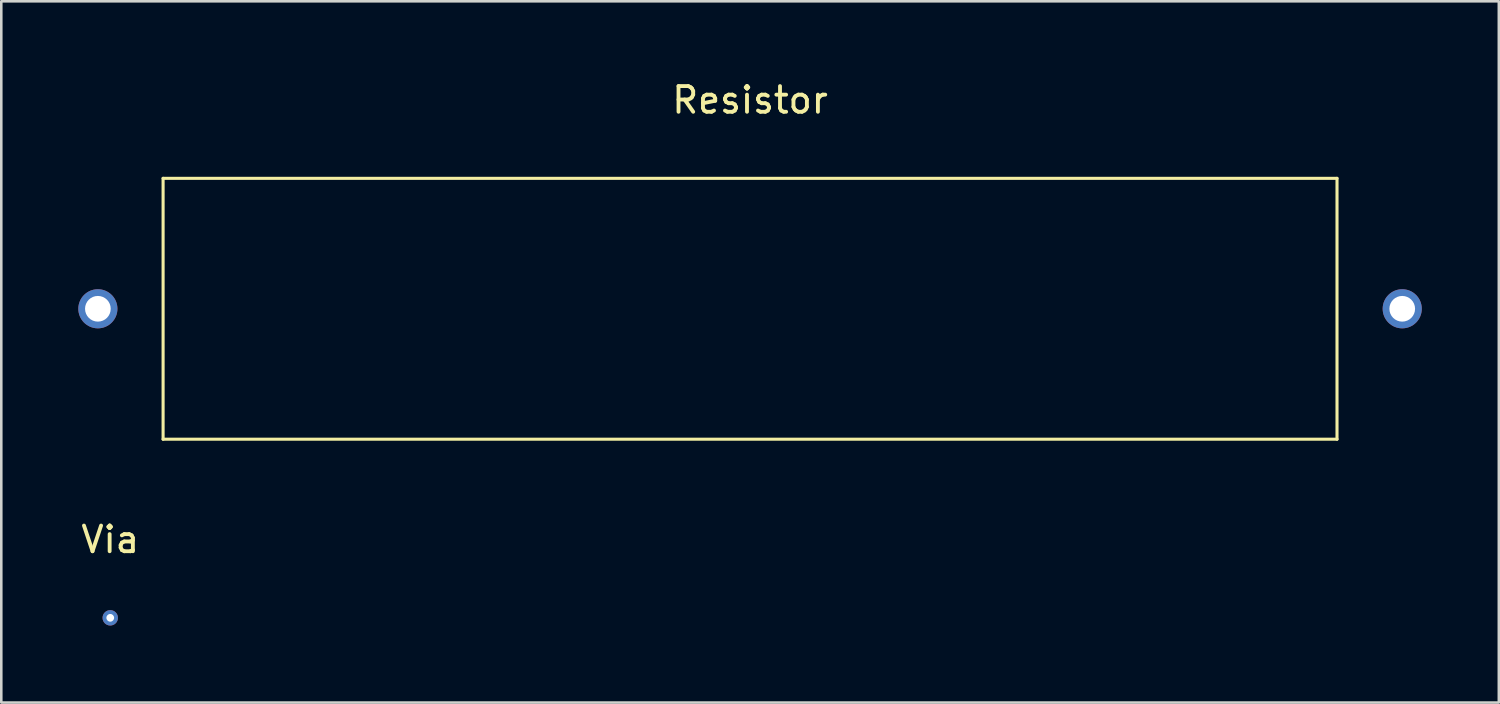
<source format=kicad_pcb>
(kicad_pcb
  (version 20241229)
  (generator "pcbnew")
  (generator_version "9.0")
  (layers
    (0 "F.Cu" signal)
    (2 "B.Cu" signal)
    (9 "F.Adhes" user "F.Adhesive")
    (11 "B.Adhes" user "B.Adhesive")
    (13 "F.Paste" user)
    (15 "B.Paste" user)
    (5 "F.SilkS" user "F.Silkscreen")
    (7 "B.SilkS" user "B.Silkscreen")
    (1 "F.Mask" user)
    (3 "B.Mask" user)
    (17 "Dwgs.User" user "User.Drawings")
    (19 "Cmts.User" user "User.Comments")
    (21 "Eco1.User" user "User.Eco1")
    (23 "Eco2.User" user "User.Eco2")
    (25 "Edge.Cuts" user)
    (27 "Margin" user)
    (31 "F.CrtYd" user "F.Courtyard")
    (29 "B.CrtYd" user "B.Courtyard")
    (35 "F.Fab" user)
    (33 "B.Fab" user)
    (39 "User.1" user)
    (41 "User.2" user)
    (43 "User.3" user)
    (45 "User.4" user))
  (footprint "Via"
    (layer "F.Cu")
    (at 1.244 21.012)
    (property "Reference" "Via" (at 0 -3.048 0) (layer "F.SilkS") (effects (font (size 1 1) (thickness 0.15))))
    (attr through_hole)
    (pad "1" thru_hole circle (at 0 0) (size 0.6 0.6) (drill 0.3) (layers "*.Cu")))
  (footprint "Resistor"
    (layer "F.Cu")
    (at 26.162 8.976)
    (property "Reference" "Resistor" (at 0 -8.128 0) (layer "F.SilkS") (effects (font (size 1 1) (thickness 0.15))))
    (attr through_hole)
    (fp_line (start -22.86 -5.08) (end 22.86 -5.08) (stroke (width 0.12) (type solid)) (layer "F.SilkS"))
    (fp_line (start -22.86 5.08) (end -22.86 -5.08) (stroke (width 0.12) (type solid)) (layer "F.SilkS"))
    (fp_line (start 22.86 -5.08) (end 22.86 5.08) (stroke (width 0.12) (type solid)) (layer "F.SilkS"))
    (fp_line (start 22.86 5.08) (end -22.86 5.08) (stroke (width 0.12) (type solid)) (layer "F.SilkS"))
    (pad "1" thru_hole circle (at -25.4 0) (size 1.524 1.524) (drill 1) (layers "*.Cu" "*.Mask"))
    (pad "2" thru_hole circle (at 25.4 0) (size 1.524 1.524) (drill 1) (layers "*.Cu" "*.Mask")))
  (gr_rect
    (start -3 -3)
    (end 55.324 24.312)
    (stroke (width 0.1) (type default))
    (fill no)
    (layer "Edge.Cuts")))
</source>
